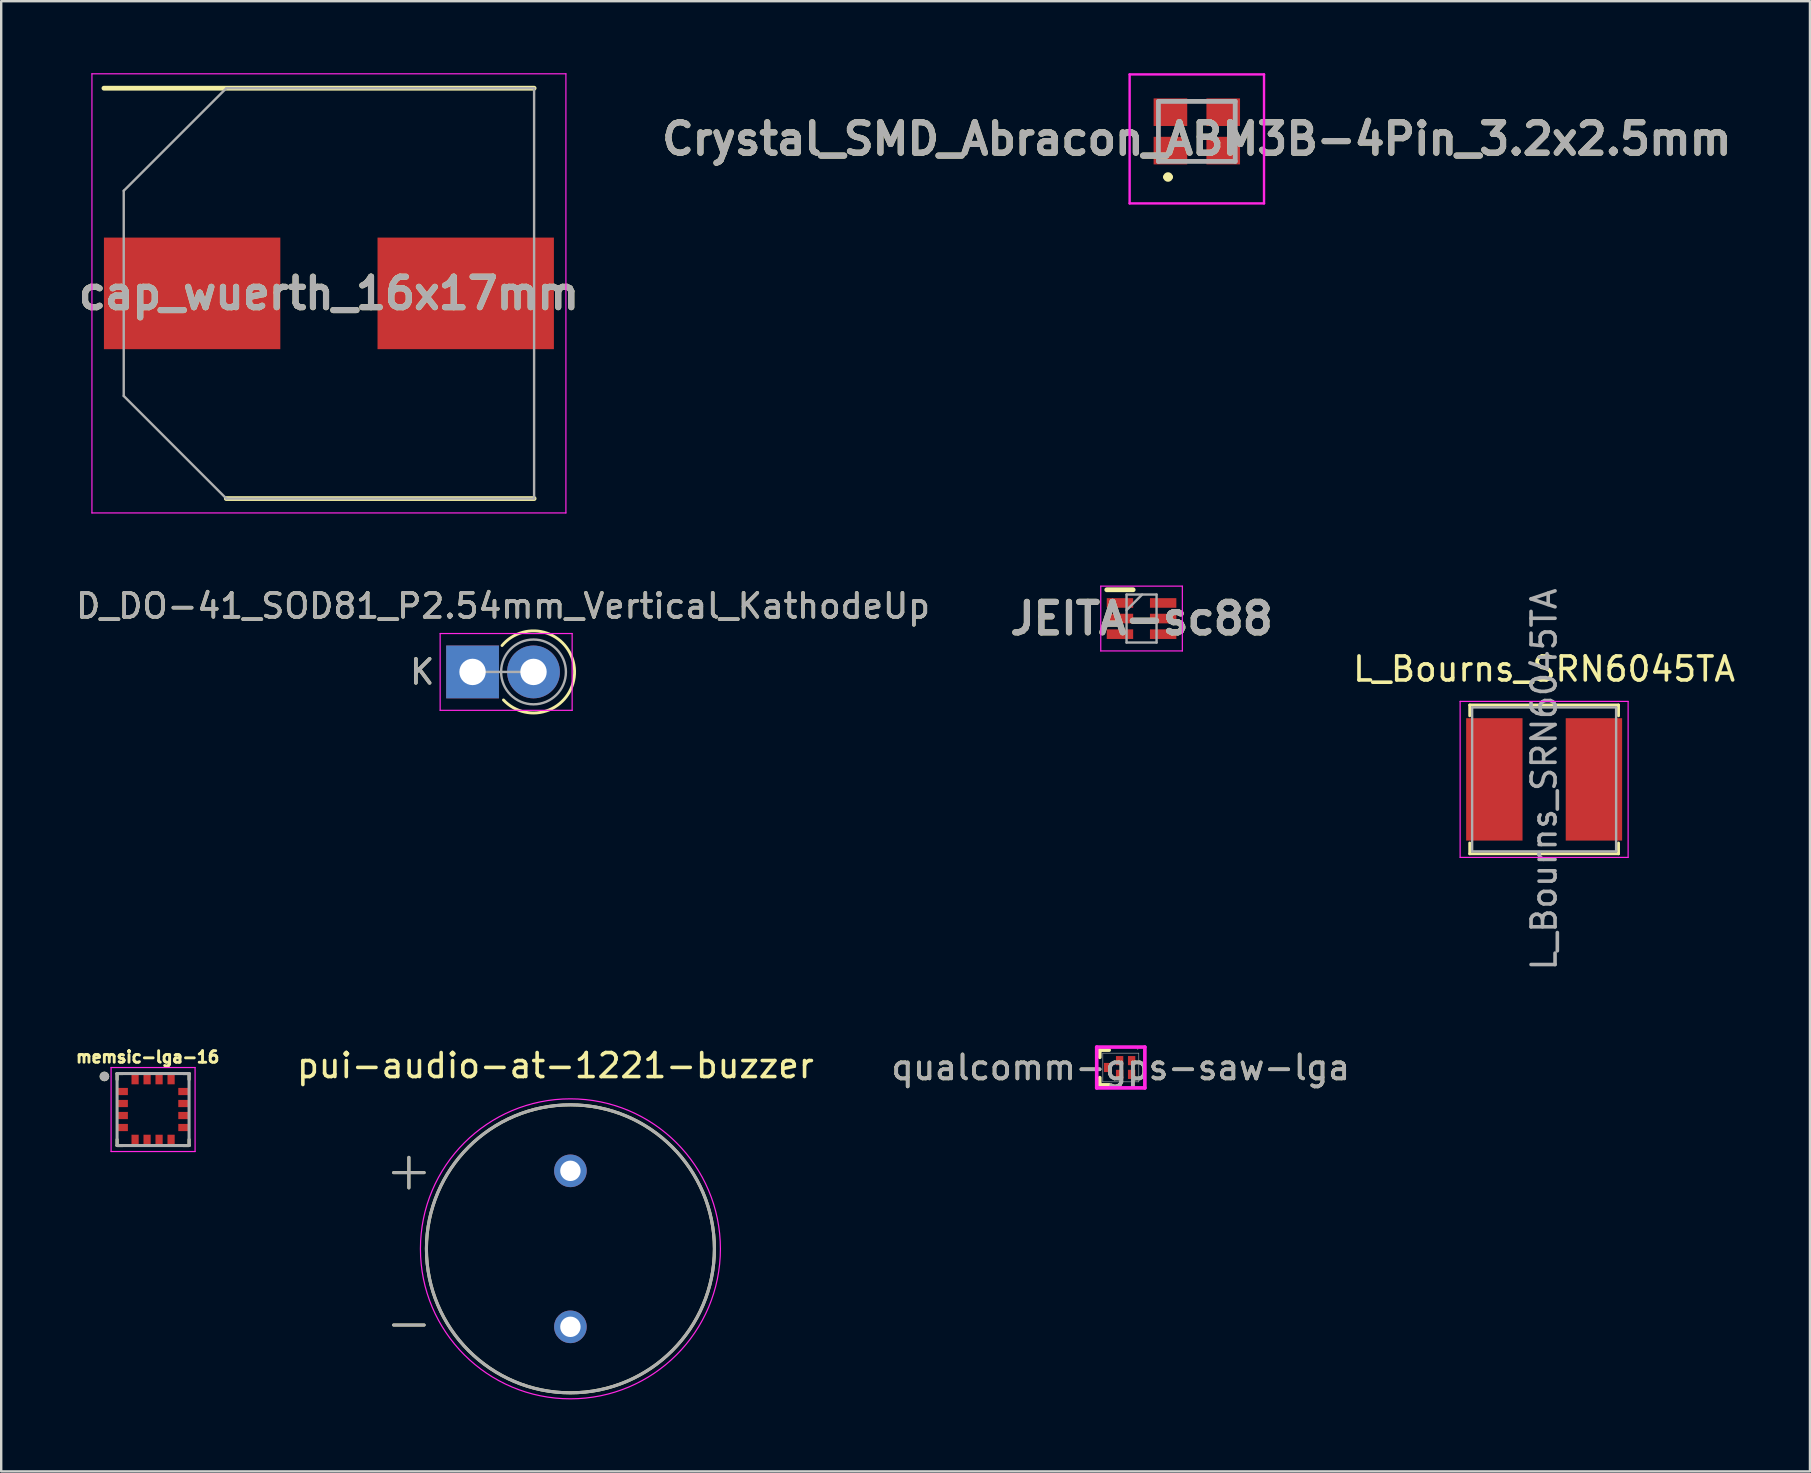
<source format=kicad_pcb>
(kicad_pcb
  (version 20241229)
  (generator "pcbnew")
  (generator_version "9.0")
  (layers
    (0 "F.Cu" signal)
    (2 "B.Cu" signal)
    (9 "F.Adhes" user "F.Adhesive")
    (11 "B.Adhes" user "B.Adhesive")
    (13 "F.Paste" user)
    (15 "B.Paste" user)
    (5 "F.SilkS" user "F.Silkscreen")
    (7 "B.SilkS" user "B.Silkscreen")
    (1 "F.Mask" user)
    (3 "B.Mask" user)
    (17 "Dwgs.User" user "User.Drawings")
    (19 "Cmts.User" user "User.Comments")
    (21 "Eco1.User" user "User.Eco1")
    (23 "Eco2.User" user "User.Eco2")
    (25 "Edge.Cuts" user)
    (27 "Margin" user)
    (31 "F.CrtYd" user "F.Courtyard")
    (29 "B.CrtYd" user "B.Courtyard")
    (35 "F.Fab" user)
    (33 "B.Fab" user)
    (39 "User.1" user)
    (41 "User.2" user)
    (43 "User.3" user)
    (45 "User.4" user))
  (footprint "cap_wuerth_16x17mm"
    (layer "F.Cu")
    (at 10.656 9.175)
    (property "Reference" "cap_wuerth_16x17mm" (at 0 0 0) (layer "F.SilkS") (effects (font (size 1.27 1.27) (thickness 0.254))))
    (attr smd)
    (fp_line (start -9.375 -8.55) (end 8.55 -8.55) (stroke (width 0.2) (type solid)) (layer "F.SilkS"))
    (fp_line (start -4.275 8.55) (end 8.55 8.55) (stroke (width 0.2) (type solid)) (layer "F.SilkS"))
    (fp_line (start -9.875 -9.15) (end 9.875 -9.15) (stroke (width 0.05) (type solid)) (layer "F.CrtYd"))
    (fp_line (start -9.875 9.15) (end -9.875 -9.15) (stroke (width 0.05) (type solid)) (layer "F.CrtYd"))
    (fp_line (start 9.875 -9.15) (end 9.875 9.15) (stroke (width 0.05) (type solid)) (layer "F.CrtYd"))
    (fp_line (start 9.875 9.15) (end -9.875 9.15) (stroke (width 0.05) (type solid)) (layer "F.CrtYd"))
    (fp_line (start -8.55 -4.275) (end -8.55 4.275) (stroke (width 0.1) (type solid)) (layer "F.Fab"))
    (fp_line (start -8.55 4.275) (end -4.275 8.55) (stroke (width 0.1) (type solid)) (layer "F.Fab"))
    (fp_line (start -4.275 -8.55) (end -8.55 -4.275) (stroke (width 0.1) (type solid)) (layer "F.Fab"))
    (fp_line (start -4.275 8.55) (end 8.55 8.55) (stroke (width 0.1) (type solid)) (layer "F.Fab"))
    (fp_line (start 8.55 -8.55) (end -4.275 -8.55) (stroke (width 0.1) (type solid)) (layer "F.Fab"))
    (fp_line (start 8.55 8.55) (end 8.55 -8.55) (stroke (width 0.1) (type solid)) (layer "F.Fab"))
    (fp_text user "${REFERENCE}" (at 0 0 0) (layer "F.Fab") (effects (font (size 1.27 1.27) (thickness 0.254))))
    (pad "1" smd rect (at -5.7 0 90) (size 4.65 7.35) (layers "F.Cu" "F.Mask" "F.Paste"))
    (pad "2" smd rect (at 5.7 0 90) (size 4.65 7.35) (layers "F.Cu" "F.Mask" "F.Paste")))
  (footprint "pui-audio-at-1221-buzzer"
    (layer "F.Cu")
    (at 20.719 48.988)
    (property "Reference" "pui-audio-at-1221-buzzer" (at -0.625 -7.635 0) (layer "F.SilkS") (effects (font (size 1 1) (thickness 0.15))))
    (attr through_hole)
    (fp_line (start -7.366 -3.175) (end -6.096 -3.175) (stroke (width 0.127) (type solid)) (layer "F.SilkS"))
    (fp_line (start -7.366 3.175) (end -6.096 3.175) (stroke (width 0.127) (type solid)) (layer "F.SilkS"))
    (fp_line (start -6.731 -3.81) (end -6.731 -2.54) (stroke (width 0.127) (type solid)) (layer "F.SilkS"))
    (fp_circle (center 0 0) (end 6 0) (stroke (width 0.127) (type solid)) (fill no) (layer "F.SilkS"))
    (fp_circle (center 0 0) (end 6.25 0) (stroke (width 0.05) (type solid)) (fill no) (layer "F.CrtYd"))
    (fp_line (start -7.366 -3.175) (end -6.096 -3.175) (stroke (width 0.127) (type solid)) (layer "F.Fab"))
    (fp_line (start -7.366 3.175) (end -6.096 3.175) (stroke (width 0.127) (type solid)) (layer "F.Fab"))
    (fp_line (start -6.731 -3.81) (end -6.731 -2.54) (stroke (width 0.127) (type solid)) (layer "F.Fab"))
    (fp_circle (center 0 0) (end 6 0) (stroke (width 0.127) (type solid)) (fill no) (layer "F.Fab"))
    (pad "1" thru_hole circle (at 0 -3.25) (size 1.358 1.358) (drill 0.85) (layers "*.Cu" "*.Mask"))
    (pad "2" thru_hole circle (at 0 3.25) (size 1.358 1.358) (drill 0.85) (layers "*.Cu" "*.Mask")))
  (footprint "L_Bourns_SRN6045TA"
    (layer "F.Cu")
    (at 61.293 29.427)
    (property "Reference" "L_Bourns_SRN6045TA" (at 0 -4.6 0) (layer "F.SilkS") (effects (font (size 1 1) (thickness 0.15))))
    (attr smd)
    (fp_line (start -3.1 -3.1) (end -3.1 -2.65) (stroke (width 0.12) (type solid)) (layer "F.SilkS"))
    (fp_line (start -3.1 -3.1) (end 3.1 -3.1) (stroke (width 0.12) (type solid)) (layer "F.SilkS"))
    (fp_line (start -3.1 3.1) (end -3.1 2.65) (stroke (width 0.12) (type solid)) (layer "F.SilkS"))
    (fp_line (start 3.1 -3.1) (end 3.1 -2.65) (stroke (width 0.12) (type solid)) (layer "F.SilkS"))
    (fp_line (start 3.1 3.1) (end -3.1 3.1) (stroke (width 0.12) (type solid)) (layer "F.SilkS"))
    (fp_line (start 3.1 3.1) (end 3.1 2.65) (stroke (width 0.12) (type solid)) (layer "F.SilkS"))
    (fp_line (start -3.5 -3.25) (end -3.5 3.25) (stroke (width 0.05) (type solid)) (layer "F.CrtYd"))
    (fp_line (start -3.5 3.25) (end 3.5 3.25) (stroke (width 0.05) (type solid)) (layer "F.CrtYd"))
    (fp_line (start 3.5 -3.25) (end -3.5 -3.25) (stroke (width 0.05) (type solid)) (layer "F.CrtYd"))
    (fp_line (start 3.5 3.25) (end 3.5 -3.25) (stroke (width 0.05) (type solid)) (layer "F.CrtYd"))
    (fp_line (start -3 -3) (end -3 3) (stroke (width 0.1) (type solid)) (layer "F.Fab"))
    (fp_line (start -3 -3) (end 3 -3) (stroke (width 0.1) (type solid)) (layer "F.Fab"))
    (fp_line (start -3 3) (end 3 3) (stroke (width 0.1) (type solid)) (layer "F.Fab"))
    (fp_line (start 3 3) (end 3 -3) (stroke (width 0.1) (type solid)) (layer "F.Fab"))
    (fp_text user "${REFERENCE}" (at 0 0 90) (layer "F.Fab") (effects (font (size 1 1) (thickness 0.15))))
    (pad "1" smd rect (at -2.075 0) (size 2.35 5.1) (layers "F.Cu" "F.Mask" "F.Paste"))
    (pad "2" smd rect (at 2.075 0) (size 2.35 5.1) (layers "F.Cu" "F.Mask" "F.Paste")))
  (footprint "JEITA-sc88"
    (layer "F.Cu")
    (at 44.518 22.725)
    (property "Reference" "JEITA-sc88" (at 0 0 0) (layer "F.SilkS") (effects (font (size 1.27 1.27) (thickness 0.254))))
    (attr smd)
    (fp_line (start -1.45 -1.2) (end -0.35 -1.2) (stroke (width 0.2) (type solid)) (layer "F.SilkS"))
    (fp_line (start -1.7 -1.35) (end 1.7 -1.35) (stroke (width 0.05) (type solid)) (layer "F.CrtYd"))
    (fp_line (start -1.7 1.35) (end -1.7 -1.35) (stroke (width 0.05) (type solid)) (layer "F.CrtYd"))
    (fp_line (start 1.7 -1.35) (end 1.7 1.35) (stroke (width 0.05) (type solid)) (layer "F.CrtYd"))
    (fp_line (start 1.7 1.35) (end -1.7 1.35) (stroke (width 0.05) (type solid)) (layer "F.CrtYd"))
    (fp_line (start -0.625 -1) (end 0.625 -1) (stroke (width 0.1) (type solid)) (layer "F.Fab"))
    (fp_line (start -0.625 -0.35) (end 0.025 -1) (stroke (width 0.1) (type solid)) (layer "F.Fab"))
    (fp_line (start -0.625 1) (end -0.625 -1) (stroke (width 0.1) (type solid)) (layer "F.Fab"))
    (fp_line (start 0.625 -1) (end 0.625 1) (stroke (width 0.1) (type solid)) (layer "F.Fab"))
    (fp_line (start 0.625 1) (end -0.625 1) (stroke (width 0.1) (type solid)) (layer "F.Fab"))
    (fp_text user "${REFERENCE}" (at 0 0 0) (layer "F.Fab") (effects (font (size 1.27 1.27) (thickness 0.254))))
    (pad "1" smd rect (at -0.9 -0.65 90) (size 0.4 1.1) (layers "F.Cu" "F.Mask" "F.Paste"))
    (pad "2" smd rect (at -0.9 0 90) (size 0.4 1.1) (layers "F.Cu" "F.Mask" "F.Paste"))
    (pad "3" smd rect (at -0.9 0.65 90) (size 0.4 1.1) (layers "F.Cu" "F.Mask" "F.Paste"))
    (pad "4" smd rect (at 0.9 0.65 90) (size 0.4 1.1) (layers "F.Cu" "F.Mask" "F.Paste"))
    (pad "5" smd rect (at 0.9 0 90) (size 0.4 1.1) (layers "F.Cu" "F.Mask" "F.Paste"))
    (pad "6" smd rect (at 0.9 -0.65 90) (size 0.4 1.1) (layers "F.Cu" "F.Mask" "F.Paste")))
  (footprint "qualcomm-gps-saw-lga"
    (layer "F.Cu")
    (at 43.653 41.432)
    (property "Reference" "qualcomm-gps-saw-lga" (at 0 0 0) (unlocked yes) (layer "F.SilkS") (effects (font (size 1 1) (thickness 0.15))))
    (attr smd)
    (fp_line (start -0.876 -0.724) (end -0.876 -0.424) (stroke (width 0.152) (type solid)) (layer "F.SilkS"))
    (fp_line (start -0.876 0.424) (end -0.876 0.724) (stroke (width 0.152) (type solid)) (layer "F.SilkS"))
    (fp_line (start -0.876 0.724) (end -0.484 0.724) (stroke (width 0.152) (type solid)) (layer "F.SilkS"))
    (fp_line (start -0.484 -0.724) (end -0.876 -0.724) (stroke (width 0.152) (type solid)) (layer "F.SilkS"))
    (fp_line (start -1.003 -0.851) (end 1.003 -0.851) (stroke (width 0.152) (type solid)) (layer "F.CrtYd"))
    (fp_line (start -1.003 0.851) (end -1.003 -0.851) (stroke (width 0.152) (type solid)) (layer "F.CrtYd"))
    (fp_line (start 1.003 -0.851) (end 1.003 0.851) (stroke (width 0.152) (type solid)) (layer "F.CrtYd"))
    (fp_line (start 1.003 0.851) (end -1.003 0.851) (stroke (width 0.152) (type solid)) (layer "F.CrtYd"))
    (fp_line (start -0.749 -0.597) (end -0.749 0.597) (stroke (width 0.025) (type solid)) (layer "F.Fab"))
    (fp_line (start -0.749 0.597) (end 0.749 0.597) (stroke (width 0.025) (type solid)) (layer "F.Fab"))
    (fp_line (start 0.749 -0.597) (end -0.749 -0.597) (stroke (width 0.025) (type solid)) (layer "F.Fab"))
    (fp_line (start 0.749 0.597) (end 0.749 -0.597) (stroke (width 0.025) (type solid)) (layer "F.Fab"))
    (fp_circle (center 0.705 -0.77) (end 0.705 -0.77) (stroke (width 0.025) (type solid)) (fill no) (layer "F.Fab"))
    (fp_text user "${REFERENCE}" (at 0 0 0) (unlocked yes) (layer "F.Fab") (effects (font (size 1 1) (thickness 0.15))))
    (pad "1" smd rect (at -0.549 0) (size 0.305 0.381) (layers "F.Cu" "F.Mask" "F.Paste"))
    (pad "2" smd rect (at -0.049 0.287) (size 0.305 0.381) (layers "F.Cu" "F.Mask" "F.Paste"))
    (pad "3" smd rect (at 0.451 0.287) (size 0.305 0.381) (layers "F.Cu" "F.Mask" "F.Paste"))
    (pad "4" smd rect (at 0.451 -0.287) (size 0.305 0.381) (layers "F.Cu" "F.Mask" "F.Paste"))
    (pad "5" smd rect (at -0.049 -0.287) (size 0.305 0.381) (layers "F.Cu" "F.Mask" "F.Paste")))
  (footprint "memsic-lga-16"
    (layer "F.Cu")
    (at 3.329 43.183)
    (property "Reference" "memsic-lga-16" (at -0.226 -2.187 0) (layer "F.SilkS") (effects (font (size 0.48 0.48) (thickness 0.15))))
    (attr smd)
    (fp_line (start -1.5 -1.5) (end -1.25 -1.5) (stroke (width 0.127) (type solid)) (layer "F.SilkS"))
    (fp_line (start -1.5 -1.25) (end -1.5 -1.5) (stroke (width 0.127) (type solid)) (layer "F.SilkS"))
    (fp_line (start -1.5 1.5) (end -1.5 1.25) (stroke (width 0.127) (type solid)) (layer "F.SilkS"))
    (fp_line (start -1.25 1.5) (end -1.5 1.5) (stroke (width 0.127) (type solid)) (layer "F.SilkS"))
    (fp_line (start 1.25 -1.5) (end 1.5 -1.5) (stroke (width 0.127) (type solid)) (layer "F.SilkS"))
    (fp_line (start 1.5 -1.5) (end 1.5 -1.25) (stroke (width 0.127) (type solid)) (layer "F.SilkS"))
    (fp_line (start 1.5 1.25) (end 1.5 1.5) (stroke (width 0.127) (type solid)) (layer "F.SilkS"))
    (fp_line (start 1.5 1.5) (end 1.25 1.5) (stroke (width 0.127) (type solid)) (layer "F.SilkS"))
    (fp_circle (center -2.028 -1.378) (end -1.928 -1.378) (stroke (width 0.2) (type solid)) (fill no) (layer "F.SilkS"))
    (fp_line (start -1.75 -1.75) (end 1.75 -1.75) (stroke (width 0.05) (type solid)) (layer "F.CrtYd"))
    (fp_line (start -1.75 1.75) (end -1.75 -1.75) (stroke (width 0.05) (type solid)) (layer "F.CrtYd"))
    (fp_line (start 1.75 -1.75) (end 1.75 1.75) (stroke (width 0.05) (type solid)) (layer "F.CrtYd"))
    (fp_line (start 1.75 1.75) (end -1.75 1.75) (stroke (width 0.05) (type solid)) (layer "F.CrtYd"))
    (fp_line (start -1.5 -1.5) (end 1.5 -1.5) (stroke (width 0.127) (type solid)) (layer "F.Fab"))
    (fp_line (start -1.5 1.5) (end -1.5 -1.5) (stroke (width 0.127) (type solid)) (layer "F.Fab"))
    (fp_line (start 1.5 -1.5) (end 1.5 1.5) (stroke (width 0.127) (type solid)) (layer "F.Fab"))
    (fp_line (start 1.5 1.5) (end -1.5 1.5) (stroke (width 0.127) (type solid)) (layer "F.Fab"))
    (fp_circle (center -2.028 -1.378) (end -1.928 -1.378) (stroke (width 0.2) (type solid)) (fill no) (layer "F.Fab"))
    (pad "1" smd rect (at -1.275 -0.75) (size 0.45 0.3) (layers "F.Cu" "F.Mask" "F.Paste"))
    (pad "2" smd rect (at -1.275 -0.25) (size 0.45 0.3) (layers "F.Cu" "F.Mask" "F.Paste"))
    (pad "3" smd rect (at -1.275 0.25) (size 0.45 0.3) (layers "F.Cu" "F.Mask" "F.Paste"))
    (pad "4" smd rect (at -1.275 0.75) (size 0.45 0.3) (layers "F.Cu" "F.Mask" "F.Paste"))
    (pad "5" smd rect (at -0.75 1.275) (size 0.3 0.45) (layers "F.Cu" "F.Mask" "F.Paste"))
    (pad "6" smd rect (at -0.25 1.275) (size 0.3 0.45) (layers "F.Cu" "F.Mask" "F.Paste"))
    (pad "7" smd rect (at 0.25 1.275) (size 0.3 0.45) (layers "F.Cu" "F.Mask" "F.Paste"))
    (pad "8" smd rect (at 0.75 1.275) (size 0.3 0.45) (layers "F.Cu" "F.Mask" "F.Paste"))
    (pad "9" smd rect (at 1.275 0.75) (size 0.45 0.3) (layers "F.Cu" "F.Mask" "F.Paste"))
    (pad "10" smd rect (at 1.275 0.25) (size 0.45 0.3) (layers "F.Cu" "F.Mask" "F.Paste"))
    (pad "11" smd rect (at 1.275 -0.25) (size 0.45 0.3) (layers "F.Cu" "F.Mask" "F.Paste"))
    (pad "12" smd rect (at 1.275 -0.75) (size 0.45 0.3) (layers "F.Cu" "F.Mask" "F.Paste"))
    (pad "13" smd rect (at 0.75 -1.275) (size 0.3 0.45) (layers "F.Cu" "F.Mask" "F.Paste"))
    (pad "14" smd rect (at 0.25 -1.275) (size 0.3 0.45) (layers "F.Cu" "F.Mask" "F.Paste"))
    (pad "15" smd rect (at -0.25 -1.275) (size 0.3 0.45) (layers "F.Cu" "F.Mask" "F.Paste"))
    (pad "16" smd rect (at -0.75 -1.275) (size 0.3 0.45) (layers "F.Cu" "F.Mask" "F.Paste")))
  (footprint "D_DO-41_SOD81_P2.54mm_Vertical_KathodeUp"
    (layer "F.Cu")
    (at 16.641 24.949)
    (property "Reference" "D_DO-41_SOD81_P2.54mm_Vertical_KathodeUp" (at 1.27 -2.751 0) (layer "F.SilkS") (effects (font (size 1 1) (thickness 0.15))))
    (attr through_hole exclude_from_bom)
    (fp_arc (start 1.228847 -1.1) (mid 4.250877 -0.044974) (end 1.288449 1.167366) (stroke (width 0.12) (type solid)) (layer "F.SilkS"))
    (fp_line (start -1.35 -1.6) (end -1.35 1.6) (stroke (width 0.05) (type solid)) (layer "F.CrtYd"))
    (fp_line (start -1.35 1.6) (end 4.15 1.6) (stroke (width 0.05) (type solid)) (layer "F.CrtYd"))
    (fp_line (start 4.15 -1.6) (end -1.35 -1.6) (stroke (width 0.05) (type solid)) (layer "F.CrtYd"))
    (fp_line (start 4.15 1.6) (end 4.15 -1.6) (stroke (width 0.05) (type solid)) (layer "F.CrtYd"))
    (fp_line (start 0 0) (end 2.54 0) (stroke (width 0.1) (type solid)) (layer "F.Fab"))
    (fp_circle (center 2.54 0) (end 3.89 0) (stroke (width 0.1) (type solid)) (fill no) (layer "F.Fab"))
    (fp_text user "K" (at -2.1 0 0) (layer "F.SilkS") (effects (font (size 1 1) (thickness 0.15))))
    (fp_text user "${REFERENCE}" (at 1.27 -2.751 0) (layer "F.Fab") (effects (font (size 1 1) (thickness 0.15))))
    (fp_text user "K" (at -2.1 0 0) (layer "F.Fab") (effects (font (size 1 1) (thickness 0.15))))
    (pad "1" thru_hole rect (at 0 0) (size 2.2 2.2) (drill 1.1) (layers "*.Cu" "*.Mask"))
    (pad "2" thru_hole oval (at 2.54 0) (size 2.2 2.2) (drill 1.1) (layers "*.Cu" "*.Mask")))
  (footprint "Crystal_SMD_Abracon_ABM3B-4Pin_3.2x2.5mm"
    (layer "F.Cu")
    (at 46.821 2.738)
    (property "Reference" "Crystal_SMD_Abracon_ABM3B-4Pin_3.2x2.5mm" (at 0 0 0) (layer "F.SilkS") (effects (font (size 1.27 1.27) (thickness 0.254))))
    (attr smd)
    (fp_line (start -1.6 -0.413) (end -1.6 -0.212) (stroke (width 0.1) (type solid)) (layer "F.SilkS"))
    (fp_line (start -1.3 1.588) (end -1.3 1.588) (stroke (width 0.2) (type solid)) (layer "F.SilkS"))
    (fp_line (start -1.1 1.588) (end -1.1 1.588) (stroke (width 0.2) (type solid)) (layer "F.SilkS"))
    (fp_line (start -0.2 -1.562) (end 0.2 -1.562) (stroke (width 0.1) (type solid)) (layer "F.SilkS"))
    (fp_line (start -0.2 0.938) (end 0.2 0.938) (stroke (width 0.1) (type solid)) (layer "F.SilkS"))
    (fp_line (start 1.6 -0.413) (end 1.6 -0.212) (stroke (width 0.1) (type solid)) (layer "F.SilkS"))
    (fp_arc (start -1.3 1.588) (mid -1.2 1.488) (end -1.1 1.588) (stroke (width 0.2) (type solid)) (layer "F.SilkS"))
    (fp_arc (start -1.1 1.588) (mid -1.2 1.688) (end -1.3 1.588) (stroke (width 0.2) (type solid)) (layer "F.SilkS"))
    (fp_line (start -2.8 -2.688) (end 2.8 -2.688) (stroke (width 0.1) (type solid)) (layer "F.CrtYd"))
    (fp_line (start -2.8 2.688) (end -2.8 -2.688) (stroke (width 0.1) (type solid)) (layer "F.CrtYd"))
    (fp_line (start 2.8 -2.688) (end 2.8 2.688) (stroke (width 0.1) (type solid)) (layer "F.CrtYd"))
    (fp_line (start 2.8 2.688) (end -2.8 2.688) (stroke (width 0.1) (type solid)) (layer "F.CrtYd"))
    (fp_line (start -1.6 -1.562) (end 1.6 -1.562) (stroke (width 0.2) (type solid)) (layer "F.Fab"))
    (fp_line (start -1.6 0.938) (end -1.6 -1.562) (stroke (width 0.2) (type solid)) (layer "F.Fab"))
    (fp_line (start 1.6 -1.562) (end 1.6 0.938) (stroke (width 0.2) (type solid)) (layer "F.Fab"))
    (fp_line (start 1.6 0.938) (end -1.6 0.938) (stroke (width 0.2) (type solid)) (layer "F.Fab"))
    (fp_text user "${REFERENCE}" (at 0 0 0) (layer "F.Fab") (effects (font (size 1.27 1.27) (thickness 0.254))))
    (pad "1" smd rect (at -1.1 0.488 90) (size 1.15 1.4) (layers "F.Cu" "F.Mask" "F.Paste"))
    (pad "2" smd rect (at 1.1 0.488 90) (size 1.15 1.4) (layers "F.Cu" "F.Mask" "F.Paste"))
    (pad "3" smd rect (at 1.1 -1.113 90) (size 1.15 1.4) (layers "F.Cu" "F.Mask" "F.Paste"))
    (pad "4" smd rect (at -1.1 -1.113 90) (size 1.15 1.4) (layers "F.Cu" "F.Mask" "F.Paste")))
  (gr_rect
    (start -3 -3)
    (end 72.37 58.263)
    (stroke (width 0.1) (type default))
    (fill no)
    (layer "Edge.Cuts")))
</source>
